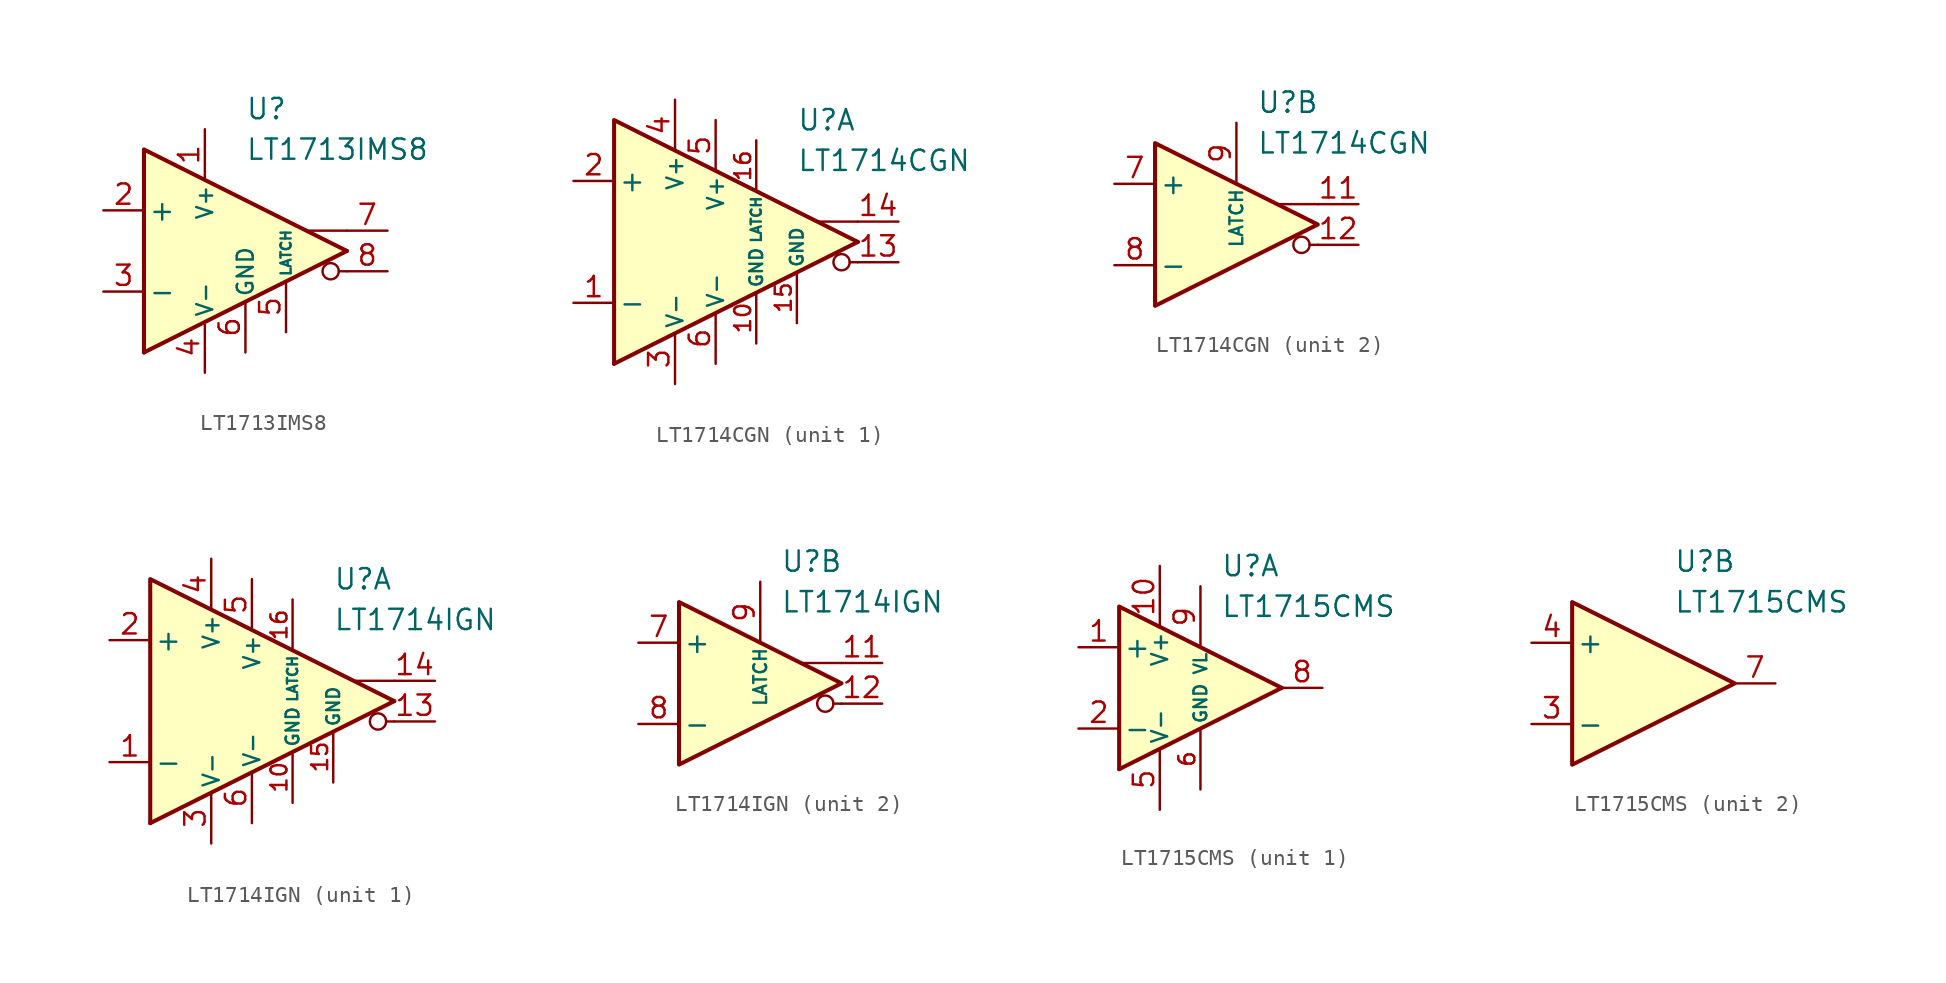
<source format=kicad_sym>
(kicad_symbol_lib
  (version 20231120)
  (generator "kicad_symbol_editor")
  (generator_version "8.0")
  (symbol "LT1713IMS8"
    (pin_names
      (offset 0.254))
    (property "Reference" "U"
      (at 0 8.89 0)
      (effects (font (size 1.27 1.27)) (justify left)))
    (property "Value" "LT1713IMS8"
      (at 0 6.35 0)
      (effects (font (size 1.27 1.27)) (justify left)))
    (symbol "LT1713IMS8_0_0"
      (polyline (pts (xy 6.35 -1.27) (xy 5.842 -1.27)) (stroke (width 0.152) (type default)) (fill (type none)))
      (polyline (pts (xy 6.35 0) (xy -6.35 -6.35)) (stroke (width 0.254) (type default)) (fill (type none)))
      (polyline (pts (xy 6.35 1.27) (xy 3.81 1.27)) (stroke (width 0.152) (type default)) (fill (type none)))
      (polyline (pts (xy 6.35 0) (xy -6.35 6.35) (xy -6.35 -6.35)) (stroke (width 0.254) (type default)) (fill (type background)))
      (circle (center 5.334 -1.27) (radius 0.508) (stroke (width 0.152) (type default)) (fill (type none))))
    (symbol "LT1713IMS8_1_1"
      (pin power_in line (at -2.54 7.62 270) (length 3.18) (name "V+" (effects (font (size 1 1)))) (number "1" (effects (font (size 1.27 1.27)))))
      (pin input line (at -8.89 2.54 0) (length 2.54) (name "+" (effects (font (size 1.27 1.27)))) (number "2" (effects (font (size 1.27 1.27)))))
      (pin input line (at -8.89 -2.54 0) (length 2.54) (name "-" (effects (font (size 1.27 1.27)))) (number "3" (effects (font (size 1.27 1.27)))))
      (pin power_in line (at -2.54 -7.62 90) (length 3.18) (name "V-" (effects (font (size 1 1)))) (number "4" (effects (font (size 1.27 1.27)))))
      (pin input line (at 2.54 -5.08 90) (length 3.18) (name "LATCH" (effects (font (size 0.635 0.635)))) (number "5" (effects (font (size 1.27 1.27)))))
      (pin power_in line (at 0 -6.35 90) (length 3.18) (name "GND" (effects (font (size 1 1)))) (number "6" (effects (font (size 1.27 1.27)))))
      (pin output line (at 8.89 1.27 180) (length 2.54) (name "~" (effects (font (size 1.27 1.27)))) (number "7" (effects (font (size 1.27 1.27)))))
      (pin output line (at 8.89 -1.27 180) (length 2.54) (name "~" (effects (font (size 1.27 1.27)))) (number "8" (effects (font (size 1.27 1.27)))))))
  (symbol "LT1714CGN"
    (pin_names
      (offset 0.254))
    (property "Reference" "U"
      (at 2.54 7.62 0)
      (effects (font (size 1.27 1.27)) (justify left)))
    (property "Value" "LT1714CGN"
      (at 2.54 5.08 0)
      (effects (font (size 1.27 1.27)) (justify left)))
    (property "ki_locked" ""
      (at 0 0 0)
      (effects (font (size 1.27 1.27))))
    (symbol "LT1714CGN_0_0"
      (polyline (pts (xy 6.35 -1.27) (xy 5.842 -1.27)) (stroke (width 0.152) (type default)) (fill (type none)))
      (polyline (pts (xy 6.35 1.27) (xy 3.81 1.27)) (stroke (width 0.152) (type default)) (fill (type none)))
      (circle (center 5.334 -1.27) (radius 0.508) (stroke (width 0.152) (type default)) (fill (type none))))
    (symbol "LT1714CGN_1_0"
      (polyline (pts (xy 6.35 0) (xy -8.89 -7.62)) (stroke (width 0.254) (type default)) (fill (type none)))
      (polyline (pts (xy 6.35 0) (xy -8.89 7.62) (xy -8.89 -7.62)) (stroke (width 0.254) (type default)) (fill (type background))))
    (symbol "LT1714CGN_1_1"
      (pin input line (at -11.43 -3.81 0) (length 2.54) (name "-" (effects (font (size 1.27 1.27)))) (number "1" (effects (font (size 1.27 1.27)))))
      (pin power_in line (at 0 -6.35 90) (length 3.18) (name "GND" (effects (font (size 0.8 0.8)))) (number "10" (effects (font (size 1 1)))))
      (pin output line (at 8.89 -1.27 180) (length 2.54) (name "~" (effects (font (size 1.27 1.27)))) (number "13" (effects (font (size 1.27 1.27)))))
      (pin output line (at 8.89 1.27 180) (length 2.54) (name "~" (effects (font (size 1.27 1.27)))) (number "14" (effects (font (size 1.27 1.27)))))
      (pin power_in line (at 2.54 -5.08 90) (length 3.18) (name "GND" (effects (font (size 0.8 0.8)))) (number "15" (effects (font (size 1 1)))))
      (pin input line (at 0 6.35 270) (length 3.18) (name "LATCH" (effects (font (size 0.635 0.635)))) (number "16" (effects (font (size 1 1)))))
      (pin input line (at -11.43 3.81 0) (length 2.54) (name "+" (effects (font (size 1.27 1.27)))) (number "2" (effects (font (size 1.27 1.27)))))
      (pin power_in line (at -5.08 -8.89 90) (length 3.18) (name "V-" (effects (font (size 1 1)))) (number "3" (effects (font (size 1.27 1.27)))))
      (pin power_in line (at -5.08 8.89 270) (length 3.18) (name "V+" (effects (font (size 1 1)))) (number "4" (effects (font (size 1.27 1.27)))))
      (pin power_in line (at -2.54 7.62 270) (length 3.18) (name "V+" (effects (font (size 1 1)))) (number "5" (effects (font (size 1.27 1.27)))))
      (pin power_in line (at -2.54 -7.62 90) (length 3.18) (name "V-" (effects (font (size 1 1)))) (number "6" (effects (font (size 1.27 1.27))))))
    (symbol "LT1714CGN_2_0"
      (polyline (pts (xy 6.35 0) (xy -3.81 5.08) (xy -3.81 -5.08) (xy 6.35 0)) (stroke (width 0.254) (type default)) (fill (type background))))
    (symbol "LT1714CGN_2_1"
      (pin output line (at 8.89 1.27 180) (length 2.54) (name "~" (effects (font (size 1.27 1.27)))) (number "11" (effects (font (size 1.27 1.27)))))
      (pin output line (at 8.89 -1.27 180) (length 2.54) (name "~" (effects (font (size 1.27 1.27)))) (number "12" (effects (font (size 1.27 1.27)))))
      (pin input line (at -6.35 2.54 0) (length 2.54) (name "+" (effects (font (size 1.27 1.27)))) (number "7" (effects (font (size 1.27 1.27)))))
      (pin input line (at -6.35 -2.54 0) (length 2.54) (name "-" (effects (font (size 1.27 1.27)))) (number "8" (effects (font (size 1.27 1.27)))))
      (pin input line (at 1.27 6.35 270) (length 3.81) (name "LATCH" (effects (font (size 0.8 0.8)))) (number "9" (effects (font (size 1.27 1.27)))))))
  (symbol "LT1714IGN"
    (pin_names
      (offset 0.254))
    (property "Reference" "U"
      (at 2.54 7.62 0)
      (effects (font (size 1.27 1.27)) (justify left)))
    (property "Value" "LT1714IGN"
      (at 2.54 5.08 0)
      (effects (font (size 1.27 1.27)) (justify left)))
    (property "ki_locked" ""
      (at 0 0 0)
      (effects (font (size 1.27 1.27))))
    (symbol "LT1714IGN_0_0"
      (polyline (pts (xy 6.35 -1.27) (xy 5.842 -1.27)) (stroke (width 0.152) (type default)) (fill (type none)))
      (polyline (pts (xy 6.35 1.27) (xy 3.81 1.27)) (stroke (width 0.152) (type default)) (fill (type none)))
      (circle (center 5.334 -1.27) (radius 0.508) (stroke (width 0.152) (type default)) (fill (type none))))
    (symbol "LT1714IGN_1_0"
      (polyline (pts (xy 6.35 0) (xy -8.89 -7.62)) (stroke (width 0.254) (type default)) (fill (type none)))
      (polyline (pts (xy 6.35 0) (xy -8.89 7.62) (xy -8.89 -7.62)) (stroke (width 0.254) (type default)) (fill (type background))))
    (symbol "LT1714IGN_1_1"
      (pin input line (at -11.43 -3.81 0) (length 2.54) (name "-" (effects (font (size 1.27 1.27)))) (number "1" (effects (font (size 1.27 1.27)))))
      (pin power_in line (at 0 -6.35 90) (length 3.18) (name "GND" (effects (font (size 0.8 0.8)))) (number "10" (effects (font (size 1 1)))))
      (pin output line (at 8.89 -1.27 180) (length 2.54) (name "~" (effects (font (size 1.27 1.27)))) (number "13" (effects (font (size 1.27 1.27)))))
      (pin output line (at 8.89 1.27 180) (length 2.54) (name "~" (effects (font (size 1.27 1.27)))) (number "14" (effects (font (size 1.27 1.27)))))
      (pin power_in line (at 2.54 -5.08 90) (length 3.18) (name "GND" (effects (font (size 0.8 0.8)))) (number "15" (effects (font (size 1 1)))))
      (pin input line (at 0 6.35 270) (length 3.18) (name "LATCH" (effects (font (size 0.635 0.635)))) (number "16" (effects (font (size 1 1)))))
      (pin input line (at -11.43 3.81 0) (length 2.54) (name "+" (effects (font (size 1.27 1.27)))) (number "2" (effects (font (size 1.27 1.27)))))
      (pin power_in line (at -5.08 -8.89 90) (length 3.18) (name "V-" (effects (font (size 1 1)))) (number "3" (effects (font (size 1.27 1.27)))))
      (pin power_in line (at -5.08 8.89 270) (length 3.18) (name "V+" (effects (font (size 1 1)))) (number "4" (effects (font (size 1.27 1.27)))))
      (pin power_in line (at -2.54 7.62 270) (length 3.18) (name "V+" (effects (font (size 1 1)))) (number "5" (effects (font (size 1.27 1.27)))))
      (pin power_in line (at -2.54 -7.62 90) (length 3.18) (name "V-" (effects (font (size 1 1)))) (number "6" (effects (font (size 1.27 1.27))))))
    (symbol "LT1714IGN_2_0"
      (polyline (pts (xy 6.35 0) (xy -3.81 5.08) (xy -3.81 -5.08) (xy 6.35 0)) (stroke (width 0.254) (type default)) (fill (type background))))
    (symbol "LT1714IGN_2_1"
      (pin output line (at 8.89 1.27 180) (length 2.54) (name "~" (effects (font (size 1.27 1.27)))) (number "11" (effects (font (size 1.27 1.27)))))
      (pin output line (at 8.89 -1.27 180) (length 2.54) (name "~" (effects (font (size 1.27 1.27)))) (number "12" (effects (font (size 1.27 1.27)))))
      (pin input line (at -6.35 2.54 0) (length 2.54) (name "+" (effects (font (size 1.27 1.27)))) (number "7" (effects (font (size 1.27 1.27)))))
      (pin input line (at -6.35 -2.54 0) (length 2.54) (name "-" (effects (font (size 1.27 1.27)))) (number "8" (effects (font (size 1.27 1.27)))))
      (pin input line (at 1.27 6.35 270) (length 3.81) (name "LATCH" (effects (font (size 0.8 0.8)))) (number "9" (effects (font (size 1.27 1.27)))))))
  (symbol "LT1715CMS"
    (pin_names
      (offset 0.254))
    (property "Reference" "U"
      (at 2.54 7.62 0)
      (effects (font (size 1.27 1.27)) (justify left)))
    (property "Value" "LT1715CMS"
      (at 2.54 5.08 0)
      (effects (font (size 1.27 1.27)) (justify left)))
    (property "ki_locked" ""
      (at 0 0 0)
      (effects (font (size 1.27 1.27))))
    (symbol "LT1715CMS_1_0"
      (polyline (pts (xy 6.35 0) (xy -3.81 -5.08)) (stroke (width 0.254) (type default)) (fill (type none)))
      (polyline (pts (xy 6.35 0) (xy -3.81 5.08) (xy -3.81 -5.08)) (stroke (width 0.254) (type default)) (fill (type background))))
    (symbol "LT1715CMS_1_1"
      (pin input line (at -6.35 2.54 0) (length 2.54) (name "+" (effects (font (size 1.27 1.27)))) (number "1" (effects (font (size 1.27 1.27)))))
      (pin power_in line (at -1.27 7.62 270) (length 3.81) (name "V+" (effects (font (size 1 1)))) (number "10" (effects (font (size 1.27 1.27)))))
      (pin input line (at -6.35 -2.54 0) (length 2.54) (name "-" (effects (font (size 1.27 1.27)))) (number "2" (effects (font (size 1.27 1.27)))))
      (pin power_in line (at -1.27 -7.62 90) (length 3.81) (name "V-" (effects (font (size 1 1)))) (number "5" (effects (font (size 1.27 1.27)))))
      (pin power_in line (at 1.27 -6.35 90) (length 3.81) (name "GND" (effects (font (size 0.8 0.8)))) (number "6" (effects (font (size 1 1)))))
      (pin output line (at 8.89 0 180) (length 2.54) (name "~" (effects (font (size 1.27 1.27)))) (number "8" (effects (font (size 1.27 1.27)))))
      (pin power_in line (at 1.27 6.35 270) (length 3.81) (name "VL" (effects (font (size 0.8 0.8)))) (number "9" (effects (font (size 1.27 1.27))))))
    (symbol "LT1715CMS_2_0"
      (polyline (pts (xy 6.35 0) (xy -3.81 5.08) (xy -3.81 -5.08) (xy 6.35 0)) (stroke (width 0.254) (type default)) (fill (type background))))
    (symbol "LT1715CMS_2_1"
      (pin input line (at -6.35 -2.54 0) (length 2.54) (name "-" (effects (font (size 1.27 1.27)))) (number "3" (effects (font (size 1.27 1.27)))))
      (pin input line (at -6.35 2.54 0) (length 2.54) (name "+" (effects (font (size 1.27 1.27)))) (number "4" (effects (font (size 1.27 1.27)))))
      (pin output line (at 8.89 0 180) (length 2.54) (name "~" (effects (font (size 1.27 1.27)))) (number "7" (effects (font (size 1.27 1.27))))))))
</source>
